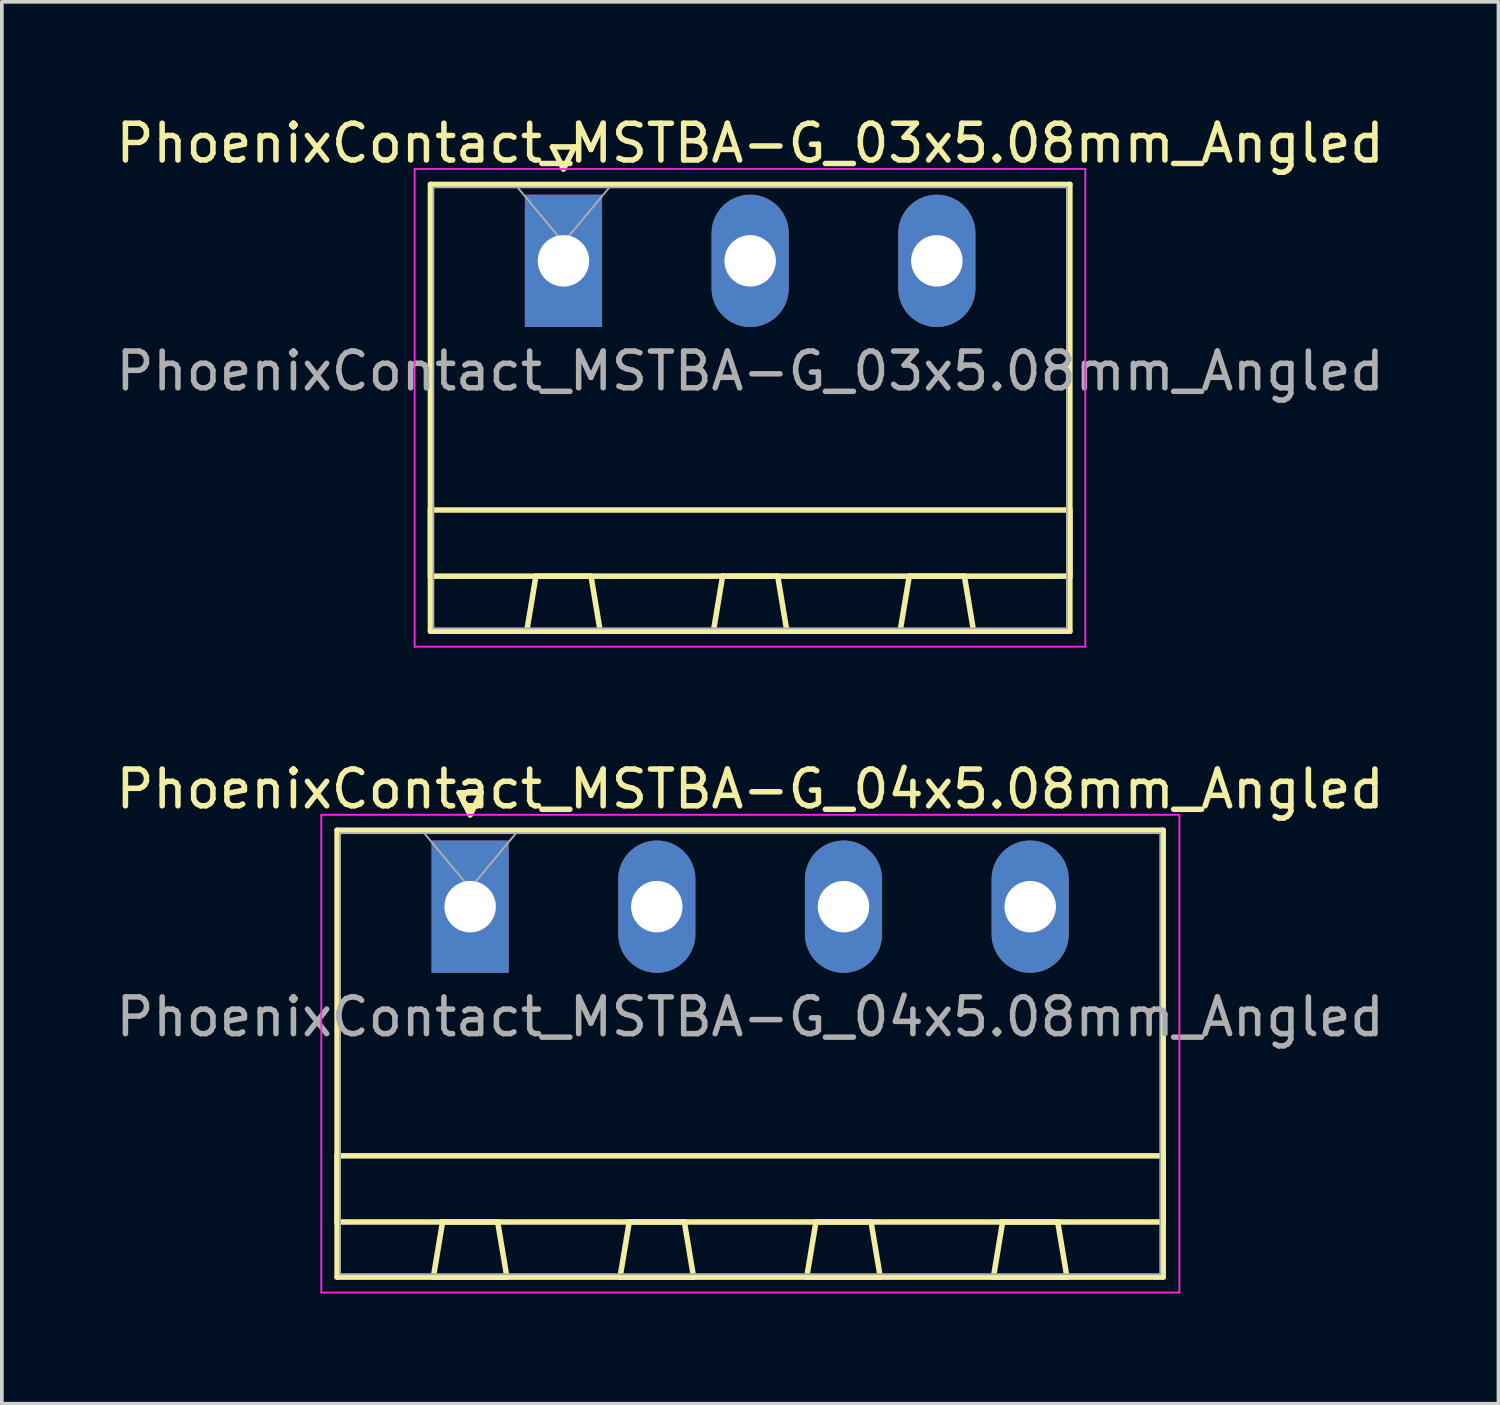
<source format=kicad_pcb>
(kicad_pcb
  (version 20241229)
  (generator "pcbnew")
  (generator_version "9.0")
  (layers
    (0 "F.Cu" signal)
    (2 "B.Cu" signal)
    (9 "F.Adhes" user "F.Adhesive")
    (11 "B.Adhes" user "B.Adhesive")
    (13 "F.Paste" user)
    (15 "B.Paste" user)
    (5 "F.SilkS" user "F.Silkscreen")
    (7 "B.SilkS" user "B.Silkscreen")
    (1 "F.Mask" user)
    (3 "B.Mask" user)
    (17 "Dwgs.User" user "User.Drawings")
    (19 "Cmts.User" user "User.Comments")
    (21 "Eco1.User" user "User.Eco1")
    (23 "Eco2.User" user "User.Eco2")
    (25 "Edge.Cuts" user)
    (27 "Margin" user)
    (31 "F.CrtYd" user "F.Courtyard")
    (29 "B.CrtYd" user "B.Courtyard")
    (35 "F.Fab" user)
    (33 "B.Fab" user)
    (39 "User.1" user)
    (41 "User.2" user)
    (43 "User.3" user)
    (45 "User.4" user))
  (footprint "PhoenixContact_MSTBA-G_04x5.08mm_Angled"
    (layer "F.Cu")
    (at 9.743 21.622)
    (property "Reference" "PhoenixContact_MSTBA-G_04x5.08mm_Angled" (at 7.62 3 0) (layer "F.Fab") (effects (font (size 1 1) (thickness 0.15))))
    (attr through_hole)
    (fp_line (start -3.62 -2.08) (end -3.62 10.08) (stroke (width 0.15) (type solid)) (layer "F.SilkS"))
    (fp_line (start -3.62 6.78) (end 18.86 6.78) (stroke (width 0.15) (type solid)) (layer "F.SilkS"))
    (fp_line (start -3.62 8.58) (end -3.62 6.78) (stroke (width 0.15) (type solid)) (layer "F.SilkS"))
    (fp_line (start -3.62 10.08) (end 18.86 10.08) (stroke (width 0.15) (type solid)) (layer "F.SilkS"))
    (fp_line (start -1 10.08) (end 1 10.08) (stroke (width 0.15) (type solid)) (layer "F.SilkS"))
    (fp_line (start -0.75 8.58) (end -1 10.08) (stroke (width 0.15) (type solid)) (layer "F.SilkS"))
    (fp_line (start -0.3 -3.1) (end 0 -2.5) (stroke (width 0.15) (type solid)) (layer "F.SilkS"))
    (fp_line (start 0 -2.5) (end 0.3 -3.1) (stroke (width 0.15) (type solid)) (layer "F.SilkS"))
    (fp_line (start 0.3 -3.1) (end -0.3 -3.1) (stroke (width 0.15) (type solid)) (layer "F.SilkS"))
    (fp_line (start 0.75 8.58) (end -0.75 8.58) (stroke (width 0.15) (type solid)) (layer "F.SilkS"))
    (fp_line (start 1 10.08) (end 0.75 8.58) (stroke (width 0.15) (type solid)) (layer "F.SilkS"))
    (fp_line (start 4.08 10.08) (end 6.08 10.08) (stroke (width 0.15) (type solid)) (layer "F.SilkS"))
    (fp_line (start 4.33 8.58) (end 4.08 10.08) (stroke (width 0.15) (type solid)) (layer "F.SilkS"))
    (fp_line (start 5.83 8.58) (end 4.33 8.58) (stroke (width 0.15) (type solid)) (layer "F.SilkS"))
    (fp_line (start 6.08 10.08) (end 5.83 8.58) (stroke (width 0.15) (type solid)) (layer "F.SilkS"))
    (fp_line (start 9.16 10.08) (end 11.16 10.08) (stroke (width 0.15) (type solid)) (layer "F.SilkS"))
    (fp_line (start 9.41 8.58) (end 9.16 10.08) (stroke (width 0.15) (type solid)) (layer "F.SilkS"))
    (fp_line (start 10.91 8.58) (end 9.41 8.58) (stroke (width 0.15) (type solid)) (layer "F.SilkS"))
    (fp_line (start 11.16 10.08) (end 10.91 8.58) (stroke (width 0.15) (type solid)) (layer "F.SilkS"))
    (fp_line (start 14.24 10.08) (end 16.24 10.08) (stroke (width 0.15) (type solid)) (layer "F.SilkS"))
    (fp_line (start 14.49 8.58) (end 14.24 10.08) (stroke (width 0.15) (type solid)) (layer "F.SilkS"))
    (fp_line (start 15.99 8.58) (end 14.49 8.58) (stroke (width 0.15) (type solid)) (layer "F.SilkS"))
    (fp_line (start 16.24 10.08) (end 15.99 8.58) (stroke (width 0.15) (type solid)) (layer "F.SilkS"))
    (fp_line (start 18.86 -2.08) (end -3.62 -2.08) (stroke (width 0.15) (type solid)) (layer "F.SilkS"))
    (fp_line (start 18.86 6.78) (end 18.86 8.58) (stroke (width 0.15) (type solid)) (layer "F.SilkS"))
    (fp_line (start 18.86 8.58) (end -3.62 8.58) (stroke (width 0.15) (type solid)) (layer "F.SilkS"))
    (fp_line (start 18.86 10.08) (end 18.86 -2.08) (stroke (width 0.15) (type solid)) (layer "F.SilkS"))
    (fp_line (start -4.05 -2.5) (end -4.05 10.5) (stroke (width 0.05) (type solid)) (layer "F.CrtYd"))
    (fp_line (start -4.05 10.5) (end 19.3 10.5) (stroke (width 0.05) (type solid)) (layer "F.CrtYd"))
    (fp_line (start 19.3 -2.5) (end -4.05 -2.5) (stroke (width 0.05) (type solid)) (layer "F.CrtYd"))
    (fp_line (start 19.3 10.5) (end 19.3 -2.5) (stroke (width 0.05) (type solid)) (layer "F.CrtYd"))
    (fp_line (start -3.54 -2) (end -3.54 10) (stroke (width 0.05) (type solid)) (layer "F.Fab"))
    (fp_line (start -3.54 10) (end 18.78 10) (stroke (width 0.05) (type solid)) (layer "F.Fab"))
    (fp_line (start -1.25 -2) (end 0 -0.5) (stroke (width 0.05) (type solid)) (layer "F.Fab"))
    (fp_line (start 0 -0.5) (end 1.25 -2) (stroke (width 0.05) (type solid)) (layer "F.Fab"))
    (fp_line (start 18.78 -2) (end -3.54 -2) (stroke (width 0.05) (type solid)) (layer "F.Fab"))
    (fp_line (start 18.78 10) (end 18.78 -2) (stroke (width 0.05) (type solid)) (layer "F.Fab"))
    (fp_text user "${REFERENCE}" (at 7.62 -3.2 0) (layer "F.SilkS") (effects (font (size 1 1) (thickness 0.15))))
    (pad "1" thru_hole rect (at 0 0) (size 2.1 3.6) (drill 1.4) (layers "*.Cu" "*.Mask"))
    (pad "2" thru_hole oval (at 5.08 0) (size 2.1 3.6) (drill 1.4) (layers "*.Cu" "*.Mask"))
    (pad "3" thru_hole oval (at 10.16 0) (size 2.1 3.6) (drill 1.4) (layers "*.Cu" "*.Mask"))
    (pad "4" thru_hole oval (at 15.24 0) (size 2.1 3.6) (drill 1.4) (layers "*.Cu" "*.Mask")))
  (footprint "PhoenixContact_MSTBA-G_03x5.08mm_Angled"
    (layer "F.Cu")
    (at 12.283 4.048)
    (property "Reference" "PhoenixContact_MSTBA-G_03x5.08mm_Angled" (at 5.08 3 0) (layer "F.Fab") (effects (font (size 1 1) (thickness 0.15))))
    (attr through_hole)
    (fp_line (start -3.62 -2.08) (end -3.62 10.08) (stroke (width 0.15) (type solid)) (layer "F.SilkS"))
    (fp_line (start -3.62 6.78) (end 13.78 6.78) (stroke (width 0.15) (type solid)) (layer "F.SilkS"))
    (fp_line (start -3.62 8.58) (end -3.62 6.78) (stroke (width 0.15) (type solid)) (layer "F.SilkS"))
    (fp_line (start -3.62 10.08) (end 13.78 10.08) (stroke (width 0.15) (type solid)) (layer "F.SilkS"))
    (fp_line (start -1 10.08) (end 1 10.08) (stroke (width 0.15) (type solid)) (layer "F.SilkS"))
    (fp_line (start -0.75 8.58) (end -1 10.08) (stroke (width 0.15) (type solid)) (layer "F.SilkS"))
    (fp_line (start -0.3 -3.1) (end 0 -2.5) (stroke (width 0.15) (type solid)) (layer "F.SilkS"))
    (fp_line (start 0 -2.5) (end 0.3 -3.1) (stroke (width 0.15) (type solid)) (layer "F.SilkS"))
    (fp_line (start 0.3 -3.1) (end -0.3 -3.1) (stroke (width 0.15) (type solid)) (layer "F.SilkS"))
    (fp_line (start 0.75 8.58) (end -0.75 8.58) (stroke (width 0.15) (type solid)) (layer "F.SilkS"))
    (fp_line (start 1 10.08) (end 0.75 8.58) (stroke (width 0.15) (type solid)) (layer "F.SilkS"))
    (fp_line (start 4.08 10.08) (end 6.08 10.08) (stroke (width 0.15) (type solid)) (layer "F.SilkS"))
    (fp_line (start 4.33 8.58) (end 4.08 10.08) (stroke (width 0.15) (type solid)) (layer "F.SilkS"))
    (fp_line (start 5.83 8.58) (end 4.33 8.58) (stroke (width 0.15) (type solid)) (layer "F.SilkS"))
    (fp_line (start 6.08 10.08) (end 5.83 8.58) (stroke (width 0.15) (type solid)) (layer "F.SilkS"))
    (fp_line (start 9.16 10.08) (end 11.16 10.08) (stroke (width 0.15) (type solid)) (layer "F.SilkS"))
    (fp_line (start 9.41 8.58) (end 9.16 10.08) (stroke (width 0.15) (type solid)) (layer "F.SilkS"))
    (fp_line (start 10.91 8.58) (end 9.41 8.58) (stroke (width 0.15) (type solid)) (layer "F.SilkS"))
    (fp_line (start 11.16 10.08) (end 10.91 8.58) (stroke (width 0.15) (type solid)) (layer "F.SilkS"))
    (fp_line (start 13.78 -2.08) (end -3.62 -2.08) (stroke (width 0.15) (type solid)) (layer "F.SilkS"))
    (fp_line (start 13.78 6.78) (end 13.78 8.58) (stroke (width 0.15) (type solid)) (layer "F.SilkS"))
    (fp_line (start 13.78 8.58) (end -3.62 8.58) (stroke (width 0.15) (type solid)) (layer "F.SilkS"))
    (fp_line (start 13.78 10.08) (end 13.78 -2.08) (stroke (width 0.15) (type solid)) (layer "F.SilkS"))
    (fp_line (start -4.05 -2.5) (end -4.05 10.5) (stroke (width 0.05) (type solid)) (layer "F.CrtYd"))
    (fp_line (start -4.05 10.5) (end 14.2 10.5) (stroke (width 0.05) (type solid)) (layer "F.CrtYd"))
    (fp_line (start 14.2 -2.5) (end -4.05 -2.5) (stroke (width 0.05) (type solid)) (layer "F.CrtYd"))
    (fp_line (start 14.2 10.5) (end 14.2 -2.5) (stroke (width 0.05) (type solid)) (layer "F.CrtYd"))
    (fp_line (start -3.54 -2) (end -3.54 10) (stroke (width 0.05) (type solid)) (layer "F.Fab"))
    (fp_line (start -3.54 10) (end 13.7 10) (stroke (width 0.05) (type solid)) (layer "F.Fab"))
    (fp_line (start -1.25 -2) (end 0 -0.5) (stroke (width 0.05) (type solid)) (layer "F.Fab"))
    (fp_line (start 0 -0.5) (end 1.25 -2) (stroke (width 0.05) (type solid)) (layer "F.Fab"))
    (fp_line (start 13.7 -2) (end -3.54 -2) (stroke (width 0.05) (type solid)) (layer "F.Fab"))
    (fp_line (start 13.7 10) (end 13.7 -2) (stroke (width 0.05) (type solid)) (layer "F.Fab"))
    (fp_text user "${REFERENCE}" (at 5.08 -3.2 0) (layer "F.SilkS") (effects (font (size 1 1) (thickness 0.15))))
    (pad "1" thru_hole rect (at 0 0) (size 2.1 3.6) (drill 1.4) (layers "*.Cu" "*.Mask"))
    (pad "2" thru_hole oval (at 5.08 0) (size 2.1 3.6) (drill 1.4) (layers "*.Cu" "*.Mask"))
    (pad "3" thru_hole oval (at 10.16 0) (size 2.1 3.6) (drill 1.4) (layers "*.Cu" "*.Mask")))
  (gr_rect
    (start -3 -3)
    (end 37.726 35.147)
    (stroke (width 0.1) (type default))
    (fill no)
    (layer "Edge.Cuts")))
</source>
